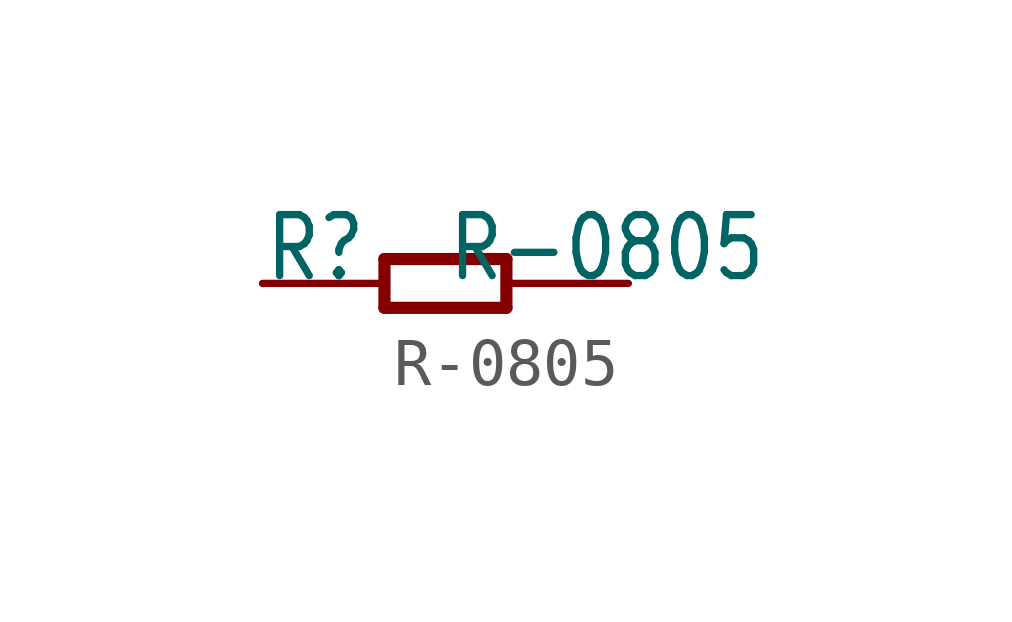
<source format=kicad_sym>
(kicad_symbol_lib
  (version 20211014)
  (generator kicad_symbol_editor)
  (symbol "R-0805"
    (property "Reference" "R"
      (at -3.81 0 0)
      (effects (font (size 1.27 1.079)) (justify left bottom)))
    (property "Value" "R-0805"
      (at 0 0 0)
      (effects (font (size 1.27 1.079)) (justify left bottom)))
    (property "ki_locked" ""
      (at 0 0 0)
      (effects (font (size 1.27 1.27))))
    (symbol "R-0805_1_0"
      (polyline (pts (xy -1.27 -0.508) (xy -1.27 0.508)) (stroke (width 0.254) (type default) (color 0 0 0 0)) (fill (type none)))
      (polyline (pts (xy -1.27 0.508) (xy 1.27 0.508)) (stroke (width 0.254) (type default) (color 0 0 0 0)) (fill (type none)))
      (polyline (pts (xy 1.27 -0.508) (xy -1.27 -0.508)) (stroke (width 0.254) (type default) (color 0 0 0 0)) (fill (type none)))
      (polyline (pts (xy 1.27 0.508) (xy 1.27 -0.508)) (stroke (width 0.254) (type default) (color 0 0 0 0)) (fill (type none)))
      (pin passive line (at -3.81 0 0) (length 2.54) (name "1" (effects (font (size 0 0)))) (number "1" (effects (font (size 0 0)))))
      (pin passive line (at 3.81 0 180) (length 2.54) (name "2" (effects (font (size 0 0)))) (number "2" (effects (font (size 0 0))))))))
</source>
